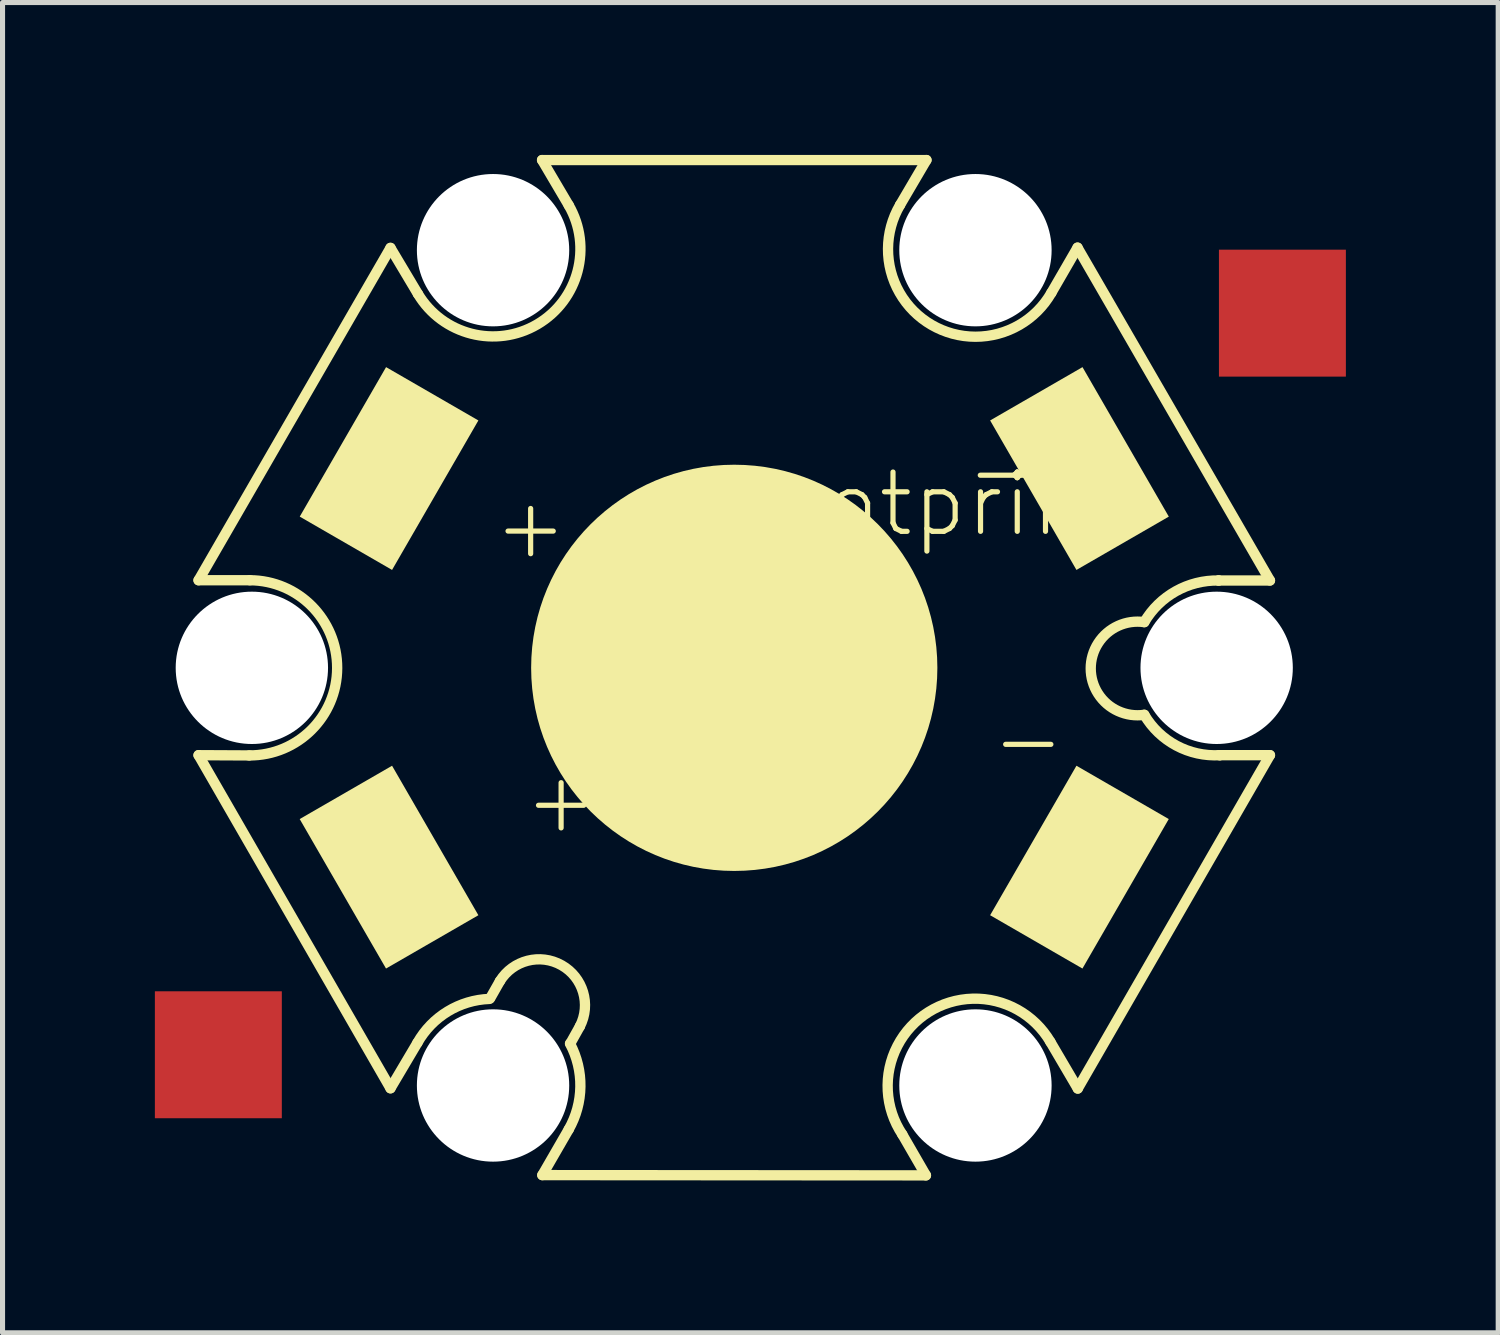
<source format=kicad_pcb>
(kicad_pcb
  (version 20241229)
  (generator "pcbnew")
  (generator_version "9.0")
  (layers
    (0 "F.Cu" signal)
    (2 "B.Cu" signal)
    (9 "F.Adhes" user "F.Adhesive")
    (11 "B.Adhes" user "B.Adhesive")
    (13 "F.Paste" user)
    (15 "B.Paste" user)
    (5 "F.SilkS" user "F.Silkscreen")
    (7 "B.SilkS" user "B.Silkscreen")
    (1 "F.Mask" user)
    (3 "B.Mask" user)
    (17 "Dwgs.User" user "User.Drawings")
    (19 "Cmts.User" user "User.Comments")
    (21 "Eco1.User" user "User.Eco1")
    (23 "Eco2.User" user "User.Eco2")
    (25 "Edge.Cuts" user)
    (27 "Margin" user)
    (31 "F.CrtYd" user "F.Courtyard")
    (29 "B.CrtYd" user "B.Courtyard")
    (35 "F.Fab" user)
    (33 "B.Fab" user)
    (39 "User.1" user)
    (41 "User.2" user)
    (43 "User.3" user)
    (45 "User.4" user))
  (footprint "footprint"
    (layer "F.Cu")
    (at 11.41 10.102)
    (property "Reference" "footprint" (at 0 -2.54 0) (layer "F.SilkS") (effects (font (size 1.168 1.168) (thickness 0.102)) (justify left bottom)))
    (fp_line (start -10.55 -1.725) (end -6.77 -8.27) (stroke (width 0.203) (type solid)) (layer "F.SilkS"))
    (fp_line (start -10.55 1.72) (end -9.55 1.725) (stroke (width 0.203) (type solid)) (layer "F.SilkS"))
    (fp_line (start -9.54 -1.725) (end -10.55 -1.725) (stroke (width 0.203) (type solid)) (layer "F.SilkS"))
    (fp_line (start -6.77 -8.27) (end -6.23 -7.365) (stroke (width 0.203) (type solid)) (layer "F.SilkS"))
    (fp_line (start -6.77 8.28) (end -10.55 1.72) (stroke (width 0.203) (type solid)) (layer "F.SilkS"))
    (fp_line (start -6.24 7.385) (end -6.77 8.28) (stroke (width 0.203) (type solid)) (layer "F.SilkS"))
    (fp_line (start -4.805 6.505) (end -4.615 6.17) (stroke (width 0.203) (type solid)) (layer "F.SilkS"))
    (fp_line (start -3.785 -10) (end 3.785 -10) (stroke (width 0.203) (type solid)) (layer "F.SilkS"))
    (fp_line (start -3.78 9.99) (end -3.26 9.09) (stroke (width 0.203) (type solid)) (layer "F.SilkS"))
    (fp_line (start -3.26 -9.11) (end -3.785 -10) (stroke (width 0.203) (type solid)) (layer "F.SilkS"))
    (fp_line (start -3.04 7.06) (end -3.23 7.4) (stroke (width 0.203) (type solid)) (layer "F.SilkS"))
    (fp_line (start 3.31 9.19) (end 3.775 9.995) (stroke (width 0.203) (type solid)) (layer "F.SilkS"))
    (fp_line (start 3.775 9.995) (end -3.78 9.99) (stroke (width 0.203) (type solid)) (layer "F.SilkS"))
    (fp_line (start 3.785 -10) (end 3.265 -9.115) (stroke (width 0.203) (type solid)) (layer "F.SilkS"))
    (fp_line (start 6.245 -7.385) (end 6.76 -8.275) (stroke (width 0.203) (type solid)) (layer "F.SilkS"))
    (fp_line (start 6.76 -8.275) (end 10.55 -1.72) (stroke (width 0.203) (type solid)) (layer "F.SilkS"))
    (fp_line (start 6.765 8.285) (end 6.225 7.365) (stroke (width 0.203) (type solid)) (layer "F.SilkS"))
    (fp_line (start 9.54 -1.72) (end 9.535 -1.72) (stroke (width 0.203) (type solid)) (layer "F.SilkS"))
    (fp_line (start 9.55 1.72) (end 9.565 1.72) (stroke (width 0.203) (type solid)) (layer "F.SilkS"))
    (fp_line (start 9.565 1.72) (end 10.55 1.72) (stroke (width 0.203) (type solid)) (layer "F.SilkS"))
    (fp_line (start 10.55 -1.72) (end 9.54 -1.72) (stroke (width 0.203) (type solid)) (layer "F.SilkS"))
    (fp_line (start 10.55 1.72) (end 6.765 8.285) (stroke (width 0.203) (type solid)) (layer "F.SilkS"))
    (fp_arc (start -9.54 -1.725001) (mid -7.816396 0.00501) (end -9.55 1.725) (stroke (width 0.2032) (type solid)) (layer "F.SilkS"))
    (fp_arc (start -6.24 7.385) (mid -5.643077 6.766871) (end -4.820001 6.52) (stroke (width 0.2032) (type solid)) (layer "F.SilkS"))
    (fp_arc (start -4.615 6.17) (mid -3.399455 5.857505) (end -3.039999 7.06) (stroke (width 0.2032) (type solid)) (layer "F.SilkS"))
    (fp_arc (start -3.259999 -9.11) (mid -3.878355 -6.762466) (end -6.23 -7.365) (stroke (width 0.2032) (type solid)) (layer "F.SilkS"))
    (fp_arc (start -3.235 7.4) (mid -3.030175 8.248214) (end -3.26 9.089999) (stroke (width 0.2032) (type solid)) (layer "F.SilkS"))
    (fp_arc (start 3.309999 9.19) (mid 3.828583 6.777806) (end 6.225 7.365) (stroke (width 0.2032) (type solid)) (layer "F.SilkS"))
    (fp_arc (start 6.244998 -7.385) (mid 3.885518 -6.752281) (end 3.265 -9.115) (stroke (width 0.2032) (type solid)) (layer "F.SilkS"))
    (fp_arc (start 8.075 -0.9) (mid 8.696289 -1.508688) (end 9.54 -1.72) (stroke (width 0.2032) (type solid)) (layer "F.SilkS"))
    (fp_arc (start 8.075 0.925) (mid 7.020087 0.0125) (end 8.075 -0.9) (stroke (width 0.2032) (type solid)) (layer "F.SilkS"))
    (fp_arc (start 9.565001 1.719999) (mid 8.708002 1.53241) (end 8.075 0.925) (stroke (width 0.2032) (type solid)) (layer "F.SilkS"))
    (fp_circle (center 0 0) (end 2 0) (stroke (width 4) (type solid)) (fill yes) (layer "F.SilkS"))
    (fp_poly (pts (xy -6.739 1.928) (xy -8.558 2.978) (xy -6.858 5.922) (xy -5.039 4.872)) (stroke (width 0) (type solid)) (fill yes) (layer "F.SilkS"))
    (fp_poly (pts (xy -5.039 -4.872) (xy -6.857 -5.922) (xy -8.557 -2.978) (xy -6.739 -1.928)) (stroke (width 0) (type solid)) (fill yes) (layer "F.SilkS"))
    (fp_poly (pts (xy 5.039 4.872) (xy 6.857 5.922) (xy 8.557 2.978) (xy 6.739 1.928)) (stroke (width 0) (type solid)) (fill yes) (layer "F.SilkS"))
    (fp_poly (pts (xy 6.739 -1.928) (xy 8.558 -2.978) (xy 6.858 -5.922) (xy 5.039 -4.872)) (stroke (width 0) (type solid)) (fill yes) (layer "F.SilkS"))
    (fp_text user "-" (at 5 2.1 0) (layer "F.SilkS") (effects (font (size 1.168 1.168) (thickness 0.102)) (justify left bottom)))
    (fp_text user "-" (at 4.5 -3.2 0) (layer "F.SilkS") (effects (font (size 1.168 1.168) (thickness 0.102)) (justify left bottom)))
    (fp_text user "+" (at -4.8 -2.1 0) (layer "F.SilkS") (effects (font (size 1.168 1.168) (thickness 0.102)) (justify left bottom)))
    (fp_text user "+" (at -4.2 3.3 0) (layer "F.SilkS") (effects (font (size 1.168 1.168) (thickness 0.102)) (justify left bottom)))
    (pad "" np_thru_hole circle (at -9.5 0) (size 3 3) (drill 3) (layers "*.Cu" "*.Mask"))
    (pad "" np_thru_hole circle (at -4.75 -8.225) (size 3 3) (drill 3) (layers "*.Cu" "*.Mask"))
    (pad "" np_thru_hole circle (at -4.75 8.225) (size 3 3) (drill 3) (layers "*.Cu" "*.Mask"))
    (pad "" np_thru_hole circle (at 4.75 -8.225) (size 3 3) (drill 3) (layers "*.Cu" "*.Mask"))
    (pad "" np_thru_hole circle (at 4.75 8.225) (size 3 3) (drill 3) (layers "*.Cu" "*.Mask"))
    (pad "" np_thru_hole circle (at 9.5 0) (size 3 3) (drill 3) (layers "*.Cu" "*.Mask"))
    (pad "+" smd rect (at -10.16 7.62) (size 2.5 2.5) (layers "F.Cu" "F.Mask" "F.Paste"))
    (pad "-" smd rect (at 10.795 -6.985) (size 2.5 2.5) (layers "F.Cu" "F.Mask" "F.Paste")))
  (gr_rect
    (start -3 -3)
    (end 26.455 23.198)
    (stroke (width 0.1) (type default))
    (fill no)
    (layer "Edge.Cuts")))
</source>
